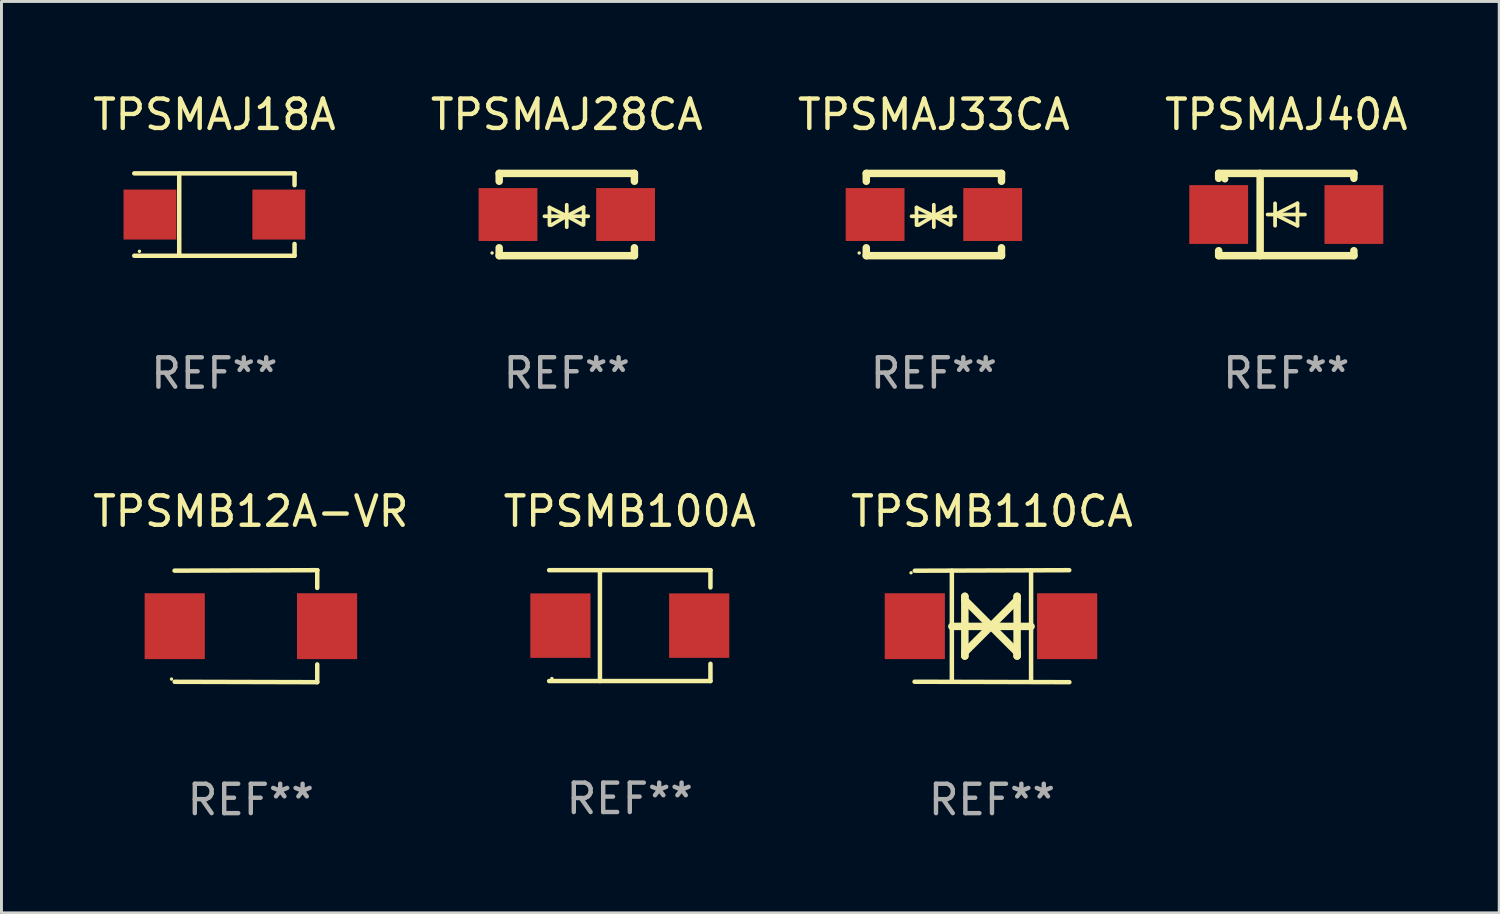
<source format=kicad_pcb>
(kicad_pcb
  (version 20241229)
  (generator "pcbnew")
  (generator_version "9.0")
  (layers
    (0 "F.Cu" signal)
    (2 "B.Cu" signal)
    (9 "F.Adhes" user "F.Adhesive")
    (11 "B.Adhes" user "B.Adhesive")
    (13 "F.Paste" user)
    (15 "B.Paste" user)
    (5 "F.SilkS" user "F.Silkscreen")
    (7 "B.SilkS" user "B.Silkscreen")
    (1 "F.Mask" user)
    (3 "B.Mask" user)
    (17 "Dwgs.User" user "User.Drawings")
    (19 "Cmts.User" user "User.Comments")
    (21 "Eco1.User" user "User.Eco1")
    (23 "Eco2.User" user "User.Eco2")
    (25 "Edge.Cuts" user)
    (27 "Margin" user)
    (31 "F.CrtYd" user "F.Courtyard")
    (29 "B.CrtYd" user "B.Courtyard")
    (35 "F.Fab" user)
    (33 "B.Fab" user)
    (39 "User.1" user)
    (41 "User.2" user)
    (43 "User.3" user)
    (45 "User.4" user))
  (footprint "TPSMAJ28CA"
    (layer "F.Cu")
    (at 16.232 4.248)
    (property "Reference" "TPSMAJ28CA" (at 0 -3.4 0) (layer "F.SilkS") (effects (font (size 1 1) (thickness 0.15))))
    (attr through_hole)
    (fp_line (start -2.3 -1.4) (end -2.3 -1.131) (stroke (width 0.254) (type solid)) (layer "F.SilkS"))
    (fp_line (start -2.3 -1.4) (end 2.3 -1.4) (stroke (width 0.254) (type solid)) (layer "F.SilkS"))
    (fp_line (start -2.3 1.131) (end -2.3 1.4) (stroke (width 0.254) (type solid)) (layer "F.SilkS"))
    (fp_line (start -2.3 1.4) (end 2.3 1.4) (stroke (width 0.254) (type solid)) (layer "F.SilkS"))
    (fp_line (start -0.76 0.06) (end 0.73 0.06) (stroke (width 0.127) (type solid)) (layer "F.SilkS"))
    (fp_line (start -0.59 -0.24) (end -0.59 0.36) (stroke (width 0.127) (type solid)) (layer "F.SilkS"))
    (fp_line (start -0.59 -0.24) (end -0.002 0.049) (stroke (width 0.127) (type solid)) (layer "F.SilkS"))
    (fp_line (start -0.53 0.36) (end -0.002 0.049) (stroke (width 0.127) (type solid)) (layer "F.SilkS"))
    (fp_line (start -0.002 0.049) (end -0.002 -0.332) (stroke (width 0.127) (type solid)) (layer "F.SilkS"))
    (fp_line (start -0.002 0.049) (end -0.002 0.43) (stroke (width 0.127) (type solid)) (layer "F.SilkS"))
    (fp_line (start 0.54 0.35) (end -0.002 0.049) (stroke (width 0.127) (type solid)) (layer "F.SilkS"))
    (fp_line (start 0.57 -0.25) (end -0.002 0.049) (stroke (width 0.127) (type solid)) (layer "F.SilkS"))
    (fp_line (start 0.57 -0.25) (end 0.57 0.35) (stroke (width 0.127) (type solid)) (layer "F.SilkS"))
    (fp_line (start 2.3 -1.4) (end 2.3 -1.131) (stroke (width 0.254) (type solid)) (layer "F.SilkS"))
    (fp_line (start 2.3 1.131) (end 2.3 1.4) (stroke (width 0.254) (type solid)) (layer "F.SilkS"))
    (fp_circle (center -2.542 1.308) (end -2.512 1.308) (stroke (width 0.06) (type solid)) (fill no) (layer "F.SilkS"))
    (fp_text user "REF**" (at 0 5.4 0) (layer "F.Fab") (effects (font (size 1 1) (thickness 0.15))))
    (pad "1" smd rect (at -2 0) (size 2 1.8) (layers "F.Cu" "F.Mask" "F.Paste"))
    (pad "2" smd rect (at 2 0) (size 2 1.8) (layers "F.Cu" "F.Mask" "F.Paste")))
  (footprint "TPSMAJ40A"
    (layer "F.Cu")
    (at 40.708 4.248)
    (property "Reference" "TPSMAJ40A" (at 0 -3.4 0) (layer "F.SilkS") (effects (font (size 1 1) (thickness 0.15))))
    (attr through_hole)
    (fp_line (start -2.3 -1.4) (end -2.3 -1.231) (stroke (width 0.254) (type solid)) (layer "F.SilkS"))
    (fp_line (start -2.3 -1.4) (end 2.3 -1.4) (stroke (width 0.254) (type solid)) (layer "F.SilkS"))
    (fp_line (start -2.3 1.231) (end -2.3 1.4) (stroke (width 0.254) (type solid)) (layer "F.SilkS"))
    (fp_line (start -2.3 1.4) (end 2.3 1.4) (stroke (width 0.254) (type solid)) (layer "F.SilkS"))
    (fp_line (start -0.889 1.4) (end -0.889 -1.4) (stroke (width 0.254) (type solid)) (layer "F.SilkS"))
    (fp_line (start -0.381 0) (end -0.381 -0.381) (stroke (width 0.127) (type solid)) (layer "F.SilkS"))
    (fp_line (start -0.381 0) (end -0.381 0.381) (stroke (width 0.127) (type solid)) (layer "F.SilkS"))
    (fp_line (start 0.381 -0.381) (end -0.381 0) (stroke (width 0.127) (type solid)) (layer "F.SilkS"))
    (fp_line (start 0.381 0) (end 0.381 -0.381) (stroke (width 0.127) (type solid)) (layer "F.SilkS"))
    (fp_line (start 0.381 0) (end 0.381 0.381) (stroke (width 0.127) (type solid)) (layer "F.SilkS"))
    (fp_line (start 0.381 0.381) (end -0.381 0) (stroke (width 0.127) (type solid)) (layer "F.SilkS"))
    (fp_line (start 0.635 0) (end -0.635 0) (stroke (width 0.127) (type solid)) (layer "F.SilkS"))
    (fp_line (start 2.3 -1.4) (end 2.3 -1.231) (stroke (width 0.254) (type solid)) (layer "F.SilkS"))
    (fp_line (start 2.3 1.231) (end 2.3 1.4) (stroke (width 0.254) (type solid)) (layer "F.SilkS"))
    (fp_circle (center -2.088 -1.208) (end -2.028 -1.208) (stroke (width 0.12) (type solid)) (fill no) (layer "F.SilkS"))
    (fp_text user "REF**" (at 0 5.4 0) (layer "F.Fab") (effects (font (size 1 1) (thickness 0.15))))
    (pad "1" smd rect (at -2.3 0 180) (size 2 2) (layers "F.Cu" "F.Mask" "F.Paste"))
    (pad "2" smd rect (at 2.3 0 180) (size 2 2) (layers "F.Cu" "F.Mask" "F.Paste")))
  (footprint "TPSMAJ18A"
    (layer "F.Cu")
    (at 4.244 4.249)
    (property "Reference" "TPSMAJ18A" (at 0 -3.401 0) (layer "F.SilkS") (effects (font (size 1 1) (thickness 0.15))))
    (attr through_hole)
    (fp_line (start -2.726 -1.401) (end 2.726 -1.401) (stroke (width 0.152) (type solid)) (layer "F.SilkS"))
    (fp_line (start -2.726 1.401) (end 2.726 1.401) (stroke (width 0.152) (type solid)) (layer "F.SilkS"))
    (fp_line (start -1.197 -1.401) (end -1.197 1.401) (stroke (width 0.152) (type solid)) (layer "F.SilkS"))
    (fp_line (start 2.726 -1.401) (end 2.726 -1) (stroke (width 0.152) (type solid)) (layer "F.SilkS"))
    (fp_line (start 2.726 1.401) (end 2.726 1) (stroke (width 0.152) (type solid)) (layer "F.SilkS"))
    (fp_circle (center -2.55 1.25) (end -2.52 1.25) (stroke (width 0.06) (type solid)) (fill no) (layer "F.SilkS"))
    (fp_text user "REF**" (at 0 5.401 0) (layer "F.Fab") (effects (font (size 1 1) (thickness 0.15))))
    (pad "1" smd rect (at -2.192 0) (size 1.8 1.7) (layers "F.Cu" "F.Mask" "F.Paste"))
    (pad "2" smd rect (at 2.192 0) (size 1.8 1.7) (layers "F.Cu" "F.Mask" "F.Paste")))
  (footprint "TPSMAJ33CA"
    (layer "F.Cu")
    (at 28.72 4.248)
    (property "Reference" "TPSMAJ33CA" (at 0 -3.4 0) (layer "F.SilkS") (effects (font (size 1 1) (thickness 0.15))))
    (attr through_hole)
    (fp_line (start -2.3 -1.4) (end -2.3 -1.131) (stroke (width 0.254) (type solid)) (layer "F.SilkS"))
    (fp_line (start -2.3 -1.4) (end 2.3 -1.4) (stroke (width 0.254) (type solid)) (layer "F.SilkS"))
    (fp_line (start -2.3 1.131) (end -2.3 1.4) (stroke (width 0.254) (type solid)) (layer "F.SilkS"))
    (fp_line (start -2.3 1.4) (end 2.3 1.4) (stroke (width 0.254) (type solid)) (layer "F.SilkS"))
    (fp_line (start -0.76 0.06) (end 0.73 0.06) (stroke (width 0.127) (type solid)) (layer "F.SilkS"))
    (fp_line (start -0.59 -0.24) (end -0.59 0.36) (stroke (width 0.127) (type solid)) (layer "F.SilkS"))
    (fp_line (start -0.59 -0.24) (end -0.002 0.049) (stroke (width 0.127) (type solid)) (layer "F.SilkS"))
    (fp_line (start -0.53 0.36) (end -0.002 0.049) (stroke (width 0.127) (type solid)) (layer "F.SilkS"))
    (fp_line (start -0.002 0.049) (end -0.002 -0.332) (stroke (width 0.127) (type solid)) (layer "F.SilkS"))
    (fp_line (start -0.002 0.049) (end -0.002 0.43) (stroke (width 0.127) (type solid)) (layer "F.SilkS"))
    (fp_line (start 0.54 0.35) (end -0.002 0.049) (stroke (width 0.127) (type solid)) (layer "F.SilkS"))
    (fp_line (start 0.57 -0.25) (end -0.002 0.049) (stroke (width 0.127) (type solid)) (layer "F.SilkS"))
    (fp_line (start 0.57 -0.25) (end 0.57 0.35) (stroke (width 0.127) (type solid)) (layer "F.SilkS"))
    (fp_line (start 2.3 -1.4) (end 2.3 -1.131) (stroke (width 0.254) (type solid)) (layer "F.SilkS"))
    (fp_line (start 2.3 1.131) (end 2.3 1.4) (stroke (width 0.254) (type solid)) (layer "F.SilkS"))
    (fp_circle (center -2.542 1.308) (end -2.512 1.308) (stroke (width 0.06) (type solid)) (fill no) (layer "F.SilkS"))
    (fp_text user "REF**" (at 0 5.4 0) (layer "F.Fab") (effects (font (size 1 1) (thickness 0.15))))
    (pad "1" smd rect (at -2 0) (size 2 1.8) (layers "F.Cu" "F.Mask" "F.Paste"))
    (pad "2" smd rect (at 2 0) (size 2 1.8) (layers "F.Cu" "F.Mask" "F.Paste")))
  (footprint "TPSMB110CA"
    (layer "F.Cu")
    (at 30.696 18.252)
    (property "Reference" "TPSMB110CA" (at 0 -3.905 0) (layer "F.SilkS") (effects (font (size 1 1) (thickness 0.15))))
    (attr through_hole)
    (fp_line (start -1.365 1.886) (end -1.365 -1.886) (stroke (width 0.152) (type solid)) (layer "F.SilkS"))
    (fp_line (start -1.365 0.008) (end 1.33 0.008) (stroke (width 0.254) (type solid)) (layer "F.SilkS"))
    (fp_line (start -0.923 -1.016) (end -0.923 1.016) (stroke (width 0.254) (type solid)) (layer "F.SilkS"))
    (fp_line (start -0.923 -0.889) (end -0.923 -1.016) (stroke (width 0.254) (type solid)) (layer "F.SilkS"))
    (fp_line (start -0.923 0.889) (end -0.034 0) (stroke (width 0.254) (type solid)) (layer "F.SilkS"))
    (fp_line (start -0.923 1.016) (end -0.923 0.889) (stroke (width 0.254) (type solid)) (layer "F.SilkS"))
    (fp_line (start -0.034 0) (end -0.923 -0.889) (stroke (width 0.254) (type solid)) (layer "F.SilkS"))
    (fp_line (start -0.034 0) (end 0.855 0.889) (stroke (width 0.254) (type solid)) (layer "F.SilkS"))
    (fp_line (start 0.855 -1.016) (end 0.855 -0.889) (stroke (width 0.254) (type solid)) (layer "F.SilkS"))
    (fp_line (start 0.855 -0.889) (end -0.034 0) (stroke (width 0.254) (type solid)) (layer "F.SilkS"))
    (fp_line (start 0.855 0.889) (end 0.855 1.016) (stroke (width 0.254) (type solid)) (layer "F.SilkS"))
    (fp_line (start 0.855 1.016) (end 0.855 -1.016) (stroke (width 0.254) (type solid)) (layer "F.SilkS"))
    (fp_line (start 1.33 1.886) (end 1.33 -1.886) (stroke (width 0.152) (type solid)) (layer "F.SilkS"))
    (fp_line (start 2.629 -1.905) (end -2.625 -1.887) (stroke (width 0.152) (type solid)) (layer "F.SilkS"))
    (fp_line (start 2.633 1.905) (end -2.633 1.89) (stroke (width 0.152) (type solid)) (layer "F.SilkS"))
    (fp_circle (center -2.753 -1.816) (end -2.723 -1.816) (stroke (width 0.06) (type solid)) (fill no) (layer "F.SilkS"))
    (fp_text user "REF**" (at 0 5.905 0) (layer "F.Fab") (effects (font (size 1 1) (thickness 0.15))))
    (pad "1" smd rect (at -2.625 0) (size 2.047 2.241) (layers "F.Cu" "F.Mask" "F.Paste"))
    (pad "2" smd rect (at 2.557 0) (size 2.047 2.241) (layers "F.Cu" "F.Mask" "F.Paste")))
  (footprint "TPSMB100A"
    (layer "F.Cu")
    (at 18.375 18.233)
    (property "Reference" "TPSMB100A" (at 0 -3.886 0) (layer "F.SilkS") (effects (font (size 1 1) (thickness 0.15))))
    (attr through_hole)
    (fp_line (start -2.744 -1.886) (end 2.744 -1.886) (stroke (width 0.152) (type solid)) (layer "F.SilkS"))
    (fp_line (start -2.744 1.886) (end 2.744 1.886) (stroke (width 0.152) (type solid)) (layer "F.SilkS"))
    (fp_line (start -1.016 -1.886) (end -1.016 1.886) (stroke (width 0.152) (type solid)) (layer "F.SilkS"))
    (fp_line (start 2.744 -1.886) (end 2.744 -1.299) (stroke (width 0.152) (type solid)) (layer "F.SilkS"))
    (fp_line (start 2.744 1.886) (end 2.744 1.299) (stroke (width 0.152) (type solid)) (layer "F.SilkS"))
    (fp_circle (center -2.65 1.8) (end -2.62 1.8) (stroke (width 0.06) (type solid)) (fill no) (layer "F.SilkS"))
    (fp_text user "REF**" (at 0 5.886 0) (layer "F.Fab") (effects (font (size 1 1) (thickness 0.15))))
    (pad "1" smd rect (at -2.361 0) (size 2.047 2.192) (layers "F.Cu" "F.Mask" "F.Paste"))
    (pad "2" smd rect (at 2.361 0) (size 2.047 2.192) (layers "F.Cu" "F.Mask" "F.Paste")))
  (footprint "TPSMB12A-VR"
    (layer "F.Cu")
    (at 5.482 18.252)
    (property "Reference" "TPSMB12A-VR" (at 0 -3.905 0) (layer "F.SilkS") (effects (font (size 1 1) (thickness 0.15))))
    (attr through_hole)
    (fp_line (start 2.256 -1.905) (end -2.594 -1.889) (stroke (width 0.152) (type solid)) (layer "F.SilkS"))
    (fp_line (start 2.256 -1.905) (end 2.26 -1.905) (stroke (width 0.152) (type solid)) (layer "F.SilkS"))
    (fp_line (start 2.26 -1.905) (end 2.26 -1.301) (stroke (width 0.152) (type solid)) (layer "F.SilkS"))
    (fp_line (start 2.26 1.301) (end 2.26 1.905) (stroke (width 0.152) (type solid)) (layer "F.SilkS"))
    (fp_line (start 2.26 1.905) (end -2.59 1.892) (stroke (width 0.152) (type solid)) (layer "F.SilkS"))
    (fp_circle (center -2.697 1.8) (end -2.667 1.8) (stroke (width 0.06) (type solid)) (fill no) (layer "F.SilkS"))
    (fp_text user "REF**" (at 0 5.905 0) (layer "F.Fab") (effects (font (size 1 1) (thickness 0.15))))
    (pad "1" smd rect (at -2.588 0) (size 2.047 2.241) (layers "F.Cu" "F.Mask" "F.Paste"))
    (pad "2" smd rect (at 2.594 0) (size 2.047 2.241) (layers "F.Cu" "F.Mask" "F.Paste")))
  (gr_rect
    (start -3 -3)
    (end 47.952 28.005)
    (stroke (width 0.1) (type default))
    (fill no)
    (layer "Edge.Cuts")))
</source>
